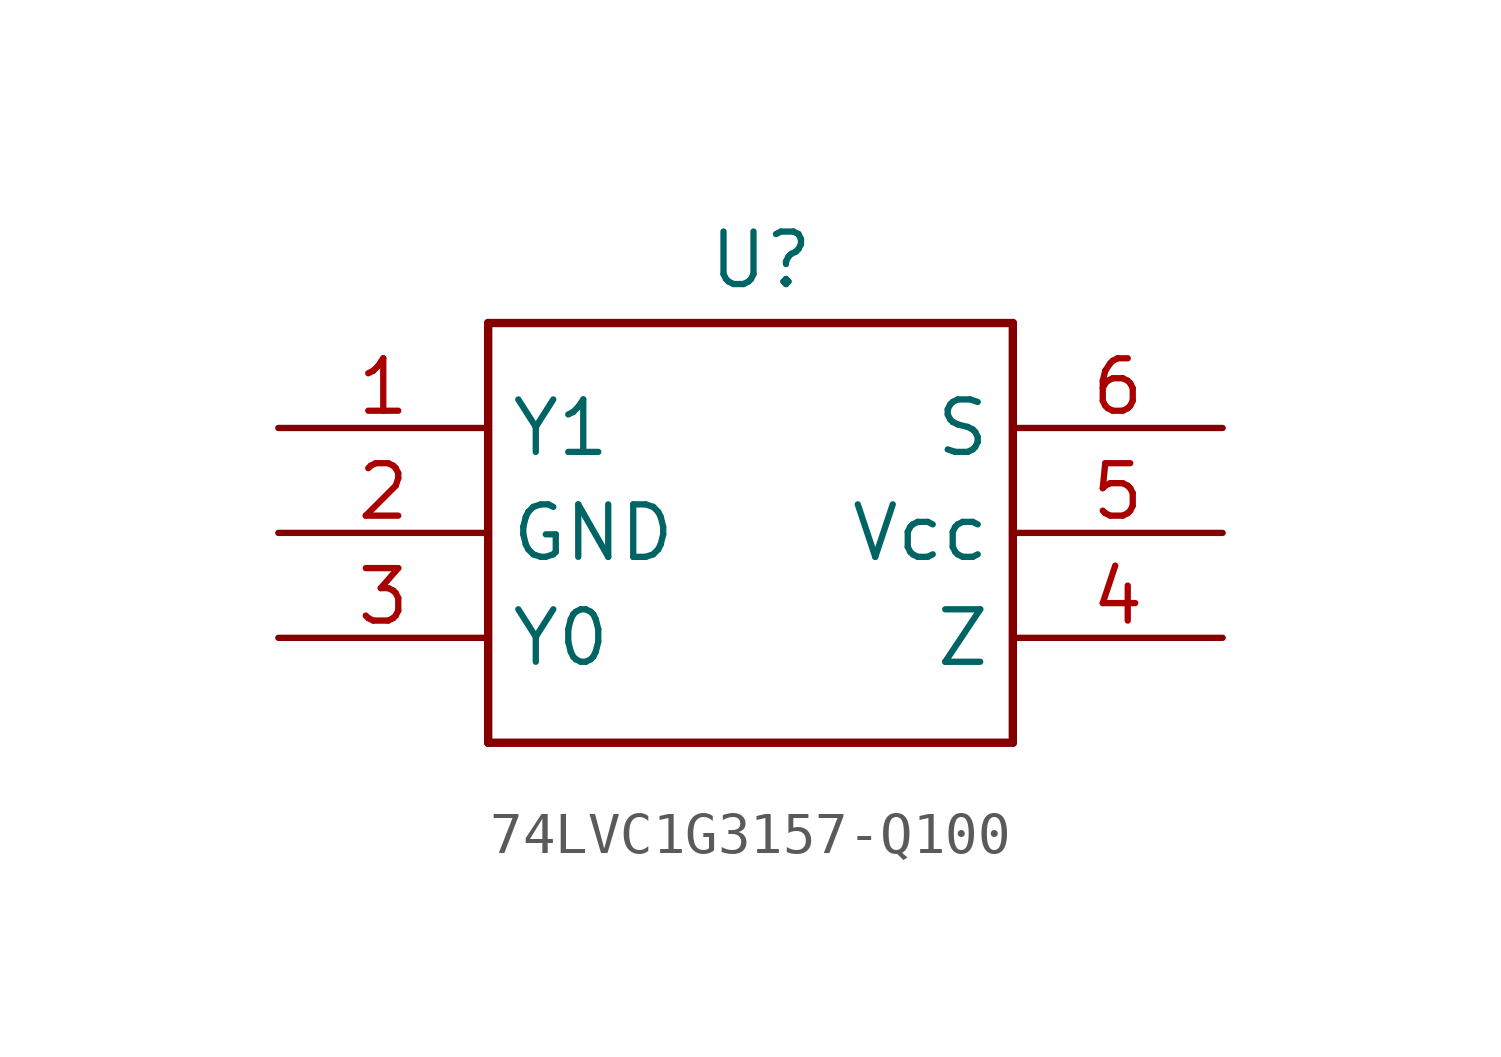
<source format=kicad_sym>
(kicad_symbol_lib
  (version 20241209)
  (generator "kicad_symbol_editor")
  (generator_version "9.0")
  (symbol "74LVC1G3157-Q100"
    (property "Reference" "U"
      (at -8.636 0.254 0)
      (effects (font (size 1.27 1.27))))
    (property "Value" ""
      (at 0 0 0)
      (effects (font (size 1.27 1.27))))
    (symbol "74LVC1G3157-Q100_0_1"
      (polyline (pts (xy -15.24 -1.27) (xy -15.24 -11.43)) (stroke (width 0.203) (type default)) (fill (type none)))
      (polyline (pts (xy -15.24 -11.43) (xy -2.54 -11.43)) (stroke (width 0.203) (type default)) (fill (type none)))
      (polyline (pts (xy -2.54 -1.27) (xy -15.24 -1.27)) (stroke (width 0.203) (type default)) (fill (type none)))
      (polyline (pts (xy -2.54 -11.43) (xy -2.54 -1.27)) (stroke (width 0.203) (type default)) (fill (type none)))
      (pin input line (at -20.32 -3.81 0) (length 5.08) (name "Y1" (effects (font (size 1.27 1.27)))) (number "1" (effects (font (size 1.27 1.27)))))
      (pin power_in line (at -20.32 -6.35 0) (length 5.08) (name "GND" (effects (font (size 1.27 1.27)))) (number "2" (effects (font (size 1.27 1.27)))))
      (pin input line (at -20.32 -8.89 0) (length 5.08) (name "Y0" (effects (font (size 1.27 1.27)))) (number "3" (effects (font (size 1.27 1.27)))))
      (pin input line (at 2.54 -3.81 180) (length 5.08) (name "S" (effects (font (size 1.27 1.27)))) (number "6" (effects (font (size 1.27 1.27)))))
      (pin power_in line (at 2.54 -6.35 180) (length 5.08) (name "Vcc" (effects (font (size 1.27 1.27)))) (number "5" (effects (font (size 1.27 1.27)))))
      (pin output line (at 2.54 -8.89 180) (length 5.08) (name "Z" (effects (font (size 1.27 1.27)))) (number "4" (effects (font (size 1.27 1.27))))))))
</source>
